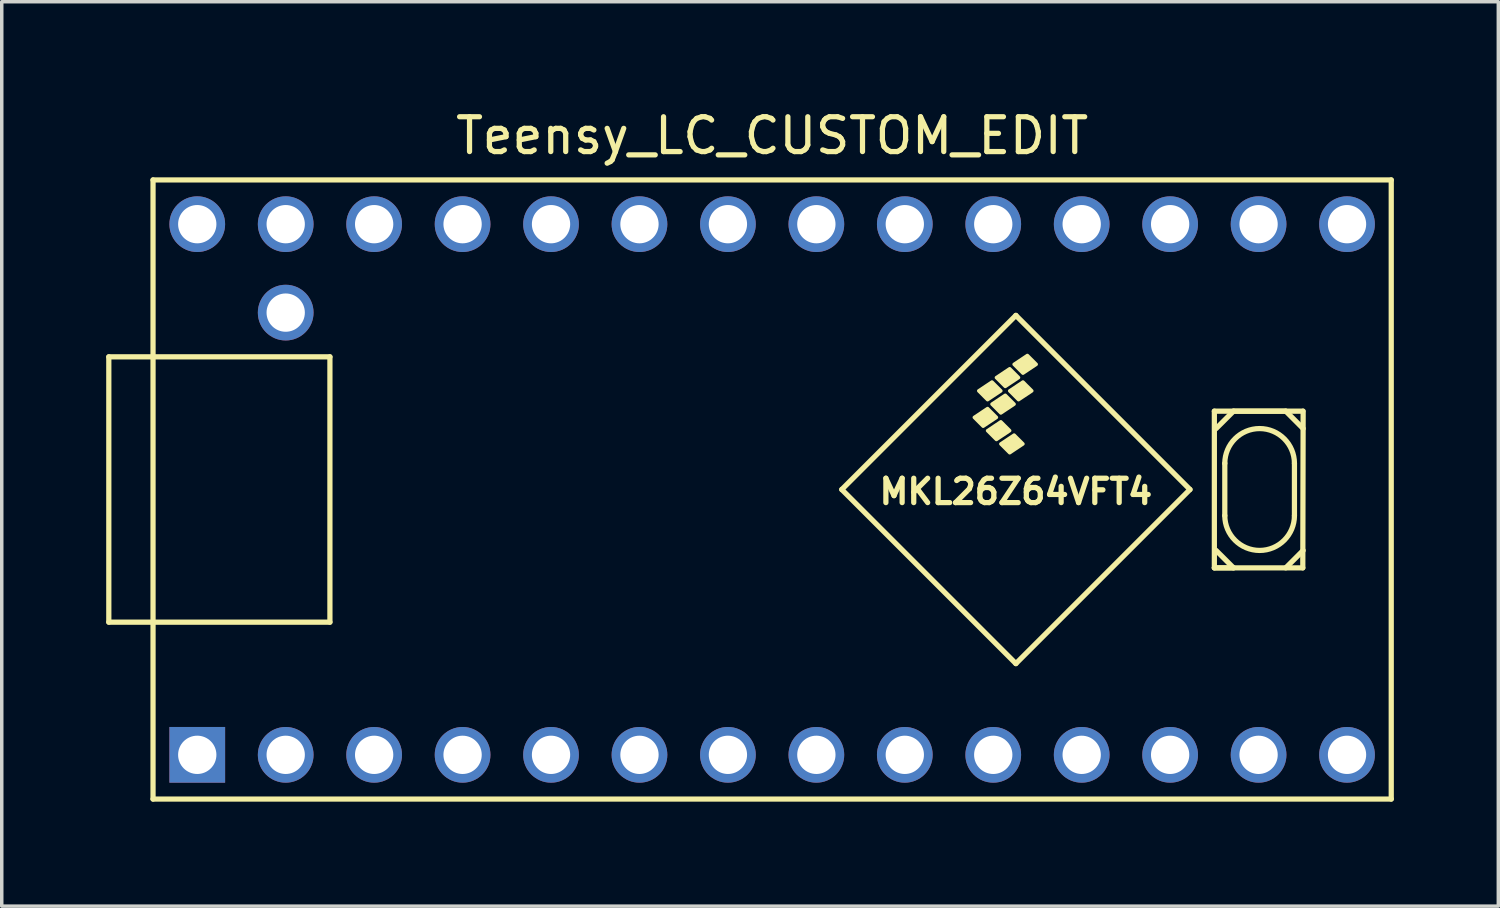
<source format=kicad_pcb>
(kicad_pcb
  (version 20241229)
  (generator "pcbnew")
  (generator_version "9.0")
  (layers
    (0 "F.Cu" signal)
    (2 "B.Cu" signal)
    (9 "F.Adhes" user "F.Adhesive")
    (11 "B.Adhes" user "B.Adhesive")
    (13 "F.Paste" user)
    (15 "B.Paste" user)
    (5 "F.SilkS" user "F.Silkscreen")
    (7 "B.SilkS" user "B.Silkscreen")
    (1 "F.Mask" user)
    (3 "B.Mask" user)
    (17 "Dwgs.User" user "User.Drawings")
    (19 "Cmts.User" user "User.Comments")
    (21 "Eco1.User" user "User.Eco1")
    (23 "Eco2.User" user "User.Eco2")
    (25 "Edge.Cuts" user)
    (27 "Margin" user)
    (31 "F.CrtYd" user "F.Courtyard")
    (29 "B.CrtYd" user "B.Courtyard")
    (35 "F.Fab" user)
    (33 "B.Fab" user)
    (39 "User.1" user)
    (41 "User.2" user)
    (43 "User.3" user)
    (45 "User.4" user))
  (footprint "Teensy_LC_CUSTOM_EDIT"
    (layer "F.Cu")
    (at 19.125 11.008)
    (property "Reference" "Teensy_LC_CUSTOM_EDIT" (at 0 -10.16 0) (layer "F.SilkS") (effects (font (size 1 1) (thickness 0.15))))
    (attr through_hole)
    (fp_line (start -19.05 -3.81) (end -17.78 -3.81) (stroke (width 0.15) (type solid)) (layer "F.SilkS"))
    (fp_line (start -19.05 3.81) (end -19.05 -3.81) (stroke (width 0.15) (type solid)) (layer "F.SilkS"))
    (fp_line (start -17.78 -8.89) (end 17.78 -8.89) (stroke (width 0.15) (type solid)) (layer "F.SilkS"))
    (fp_line (start -17.78 3.81) (end -19.05 3.81) (stroke (width 0.15) (type solid)) (layer "F.SilkS"))
    (fp_line (start -17.78 8.89) (end -17.78 -8.89) (stroke (width 0.15) (type solid)) (layer "F.SilkS"))
    (fp_line (start -12.7 -3.81) (end -17.78 -3.81) (stroke (width 0.15) (type solid)) (layer "F.SilkS"))
    (fp_line (start -12.7 3.81) (end -17.78 3.81) (stroke (width 0.15) (type solid)) (layer "F.SilkS"))
    (fp_line (start -12.7 3.81) (end -12.7 -3.81) (stroke (width 0.15) (type solid)) (layer "F.SilkS"))
    (fp_line (start 2 0) (end 7 5) (stroke (width 0.15) (type solid)) (layer "F.SilkS"))
    (fp_line (start 7 -5) (end 2 0) (stroke (width 0.15) (type solid)) (layer "F.SilkS"))
    (fp_line (start 7 5) (end 12 0) (stroke (width 0.15) (type solid)) (layer "F.SilkS"))
    (fp_line (start 12 0) (end 7 -5) (stroke (width 0.15) (type solid)) (layer "F.SilkS"))
    (fp_line (start 12.7 -2.25) (end 15.24 -2.25) (stroke (width 0.15) (type solid)) (layer "F.SilkS"))
    (fp_line (start 12.7 2.25) (end 12.7 -2.25) (stroke (width 0.15) (type solid)) (layer "F.SilkS"))
    (fp_line (start 12.7 2.25) (end 13.25 2.25) (stroke (width 0.15) (type solid)) (layer "F.SilkS"))
    (fp_line (start 12.75 -1.75) (end 13.25 -2.25) (stroke (width 0.15) (type solid)) (layer "F.SilkS"))
    (fp_line (start 13 -0.75) (end 13 0.75) (stroke (width 0.15) (type solid)) (layer "F.SilkS"))
    (fp_line (start 13.25 2.25) (end 12.75 1.75) (stroke (width 0.15) (type solid)) (layer "F.SilkS"))
    (fp_line (start 14.75 -2.25) (end 13.25 -2.25) (stroke (width 0.15) (type solid)) (layer "F.SilkS"))
    (fp_line (start 15 0.75) (end 15 -0.75) (stroke (width 0.15) (type solid)) (layer "F.SilkS"))
    (fp_line (start 15.24 2.25) (end 12.7 2.25) (stroke (width 0.15) (type solid)) (layer "F.SilkS"))
    (fp_line (start 15.25 -2.25) (end 15.24 2.25) (stroke (width 0.15) (type solid)) (layer "F.SilkS"))
    (fp_line (start 15.25 -1.75) (end 14.75 -2.25) (stroke (width 0.15) (type solid)) (layer "F.SilkS"))
    (fp_line (start 15.25 1.75) (end 14.75 2.25) (stroke (width 0.15) (type solid)) (layer "F.SilkS"))
    (fp_line (start 17.78 -8.89) (end 17.78 8.89) (stroke (width 0.15) (type solid)) (layer "F.SilkS"))
    (fp_line (start 17.78 8.89) (end -17.78 8.89) (stroke (width 0.15) (type solid)) (layer "F.SilkS"))
    (fp_arc (start 13 -0.75) (mid 14 -1.75) (end 15 -0.75) (stroke (width 0.15) (type solid)) (layer "F.SilkS"))
    (fp_arc (start 15 0.75) (mid 14 1.75) (end 13 0.75) (stroke (width 0.15) (type solid)) (layer "F.SilkS"))
    (fp_poly (pts (xy 6.06 -1.817) (xy 5.806 -2.071) (xy 6.187 -2.325) (xy 6.441 -2.071)) (stroke (width 0.1) (type solid)) (fill yes) (layer "F.SilkS"))
    (fp_poly (pts (xy 6.187 -2.579) (xy 5.933 -2.833) (xy 6.314 -3.087) (xy 6.568 -2.833)) (stroke (width 0.1) (type solid)) (fill yes) (layer "F.SilkS"))
    (fp_poly (pts (xy 6.441 -1.436) (xy 6.187 -1.69) (xy 6.568 -1.944) (xy 6.822 -1.69)) (stroke (width 0.1) (type solid)) (fill yes) (layer "F.SilkS"))
    (fp_poly (pts (xy 6.568 -2.198) (xy 6.314 -2.452) (xy 6.695 -2.706) (xy 6.949 -2.452)) (stroke (width 0.1) (type solid)) (fill yes) (layer "F.SilkS"))
    (fp_poly (pts (xy 6.695 -2.96) (xy 6.441 -3.214) (xy 6.822 -3.468) (xy 7.076 -3.214)) (stroke (width 0.1) (type solid)) (fill yes) (layer "F.SilkS"))
    (fp_poly (pts (xy 6.822 -1.055) (xy 6.568 -1.309) (xy 6.949 -1.563) (xy 7.203 -1.309)) (stroke (width 0.1) (type solid)) (fill yes) (layer "F.SilkS"))
    (fp_poly (pts (xy 7.076 -2.579) (xy 6.822 -2.833) (xy 7.203 -3.087) (xy 7.457 -2.833)) (stroke (width 0.1) (type solid)) (fill yes) (layer "F.SilkS"))
    (fp_poly (pts (xy 7.203 -3.341) (xy 6.949 -3.595) (xy 7.33 -3.849) (xy 7.584 -3.595)) (stroke (width 0.1) (type solid)) (fill yes) (layer "F.SilkS"))
    (fp_text user "MKL26Z64VFT4" (at 7 0.06 0) (layer "F.SilkS") (effects (font (size 0.7 0.7) (thickness 0.15))))
    (pad "1" thru_hole rect (at -16.51 7.62) (size 1.6 1.6) (drill 1.1) (layers "*.Cu" "*.Mask"))
    (pad "2" thru_hole circle (at -13.97 7.62) (size 1.6 1.6) (drill 1.1) (layers "*.Cu" "*.Mask"))
    (pad "3" thru_hole circle (at -11.43 7.62) (size 1.6 1.6) (drill 1.1) (layers "*.Cu" "*.Mask"))
    (pad "4" thru_hole circle (at -8.89 7.62) (size 1.6 1.6) (drill 1.1) (layers "*.Cu" "*.Mask"))
    (pad "5" thru_hole circle (at -6.35 7.62) (size 1.6 1.6) (drill 1.1) (layers "*.Cu" "*.Mask"))
    (pad "6" thru_hole circle (at -3.81 7.62) (size 1.6 1.6) (drill 1.1) (layers "*.Cu" "*.Mask"))
    (pad "7" thru_hole circle (at -1.27 7.62) (size 1.6 1.6) (drill 1.1) (layers "*.Cu" "*.Mask"))
    (pad "8" thru_hole circle (at 1.27 7.62) (size 1.6 1.6) (drill 1.1) (layers "*.Cu" "*.Mask"))
    (pad "9" thru_hole circle (at 3.81 7.62) (size 1.6 1.6) (drill 1.1) (layers "*.Cu" "*.Mask"))
    (pad "10" thru_hole circle (at 6.35 7.62) (size 1.6 1.6) (drill 1.1) (layers "*.Cu" "*.Mask"))
    (pad "11" thru_hole circle (at 8.89 7.62) (size 1.6 1.6) (drill 1.1) (layers "*.Cu" "*.Mask"))
    (pad "12" thru_hole circle (at 11.43 7.62) (size 1.6 1.6) (drill 1.1) (layers "*.Cu" "*.Mask"))
    (pad "13" thru_hole circle (at 13.97 7.62) (size 1.6 1.6) (drill 1.1) (layers "*.Cu" "*.Mask"))
    (pad "14" thru_hole circle (at 16.51 7.62) (size 1.6 1.6) (drill 1.1) (layers "*.Cu" "*.Mask"))
    (pad "20" thru_hole circle (at 16.51 -7.62) (size 1.6 1.6) (drill 1.1) (layers "*.Cu" "*.Mask"))
    (pad "21" thru_hole circle (at 13.97 -7.62) (size 1.6 1.6) (drill 1.1) (layers "*.Cu" "*.Mask"))
    (pad "22" thru_hole circle (at 11.43 -7.62) (size 1.6 1.6) (drill 1.1) (layers "*.Cu" "*.Mask"))
    (pad "23" thru_hole circle (at 8.89 -7.62) (size 1.6 1.6) (drill 1.1) (layers "*.Cu" "*.Mask"))
    (pad "24" thru_hole circle (at 6.35 -7.62) (size 1.6 1.6) (drill 1.1) (layers "*.Cu" "*.Mask"))
    (pad "25" thru_hole circle (at 3.81 -7.62) (size 1.6 1.6) (drill 1.1) (layers "*.Cu" "*.Mask"))
    (pad "26" thru_hole circle (at 1.27 -7.62) (size 1.6 1.6) (drill 1.1) (layers "*.Cu" "*.Mask"))
    (pad "27" thru_hole circle (at -1.27 -7.62) (size 1.6 1.6) (drill 1.1) (layers "*.Cu" "*.Mask"))
    (pad "28" thru_hole circle (at -3.81 -7.62) (size 1.6 1.6) (drill 1.1) (layers "*.Cu" "*.Mask"))
    (pad "29" thru_hole circle (at -6.35 -7.62) (size 1.6 1.6) (drill 1.1) (layers "*.Cu" "*.Mask"))
    (pad "30" thru_hole circle (at -8.89 -7.62) (size 1.6 1.6) (drill 1.1) (layers "*.Cu" "*.Mask"))
    (pad "31" thru_hole circle (at -11.43 -7.62) (size 1.6 1.6) (drill 1.1) (layers "*.Cu" "*.Mask"))
    (pad "32" thru_hole circle (at -13.97 -7.62) (size 1.6 1.6) (drill 1.1) (layers "*.Cu" "*.Mask"))
    (pad "33" thru_hole circle (at -16.51 -7.62) (size 1.6 1.6) (drill 1.1) (layers "*.Cu" "*.Mask"))
    (pad "34" thru_hole circle (at -13.97 -5.08) (size 1.6 1.6) (drill 1.1) (layers "*.Cu" "*.Mask")))
  (gr_rect
    (start -3 -3)
    (end 39.98 22.973)
    (stroke (width 0.1) (type default))
    (fill no)
    (layer "Edge.Cuts")))
</source>
